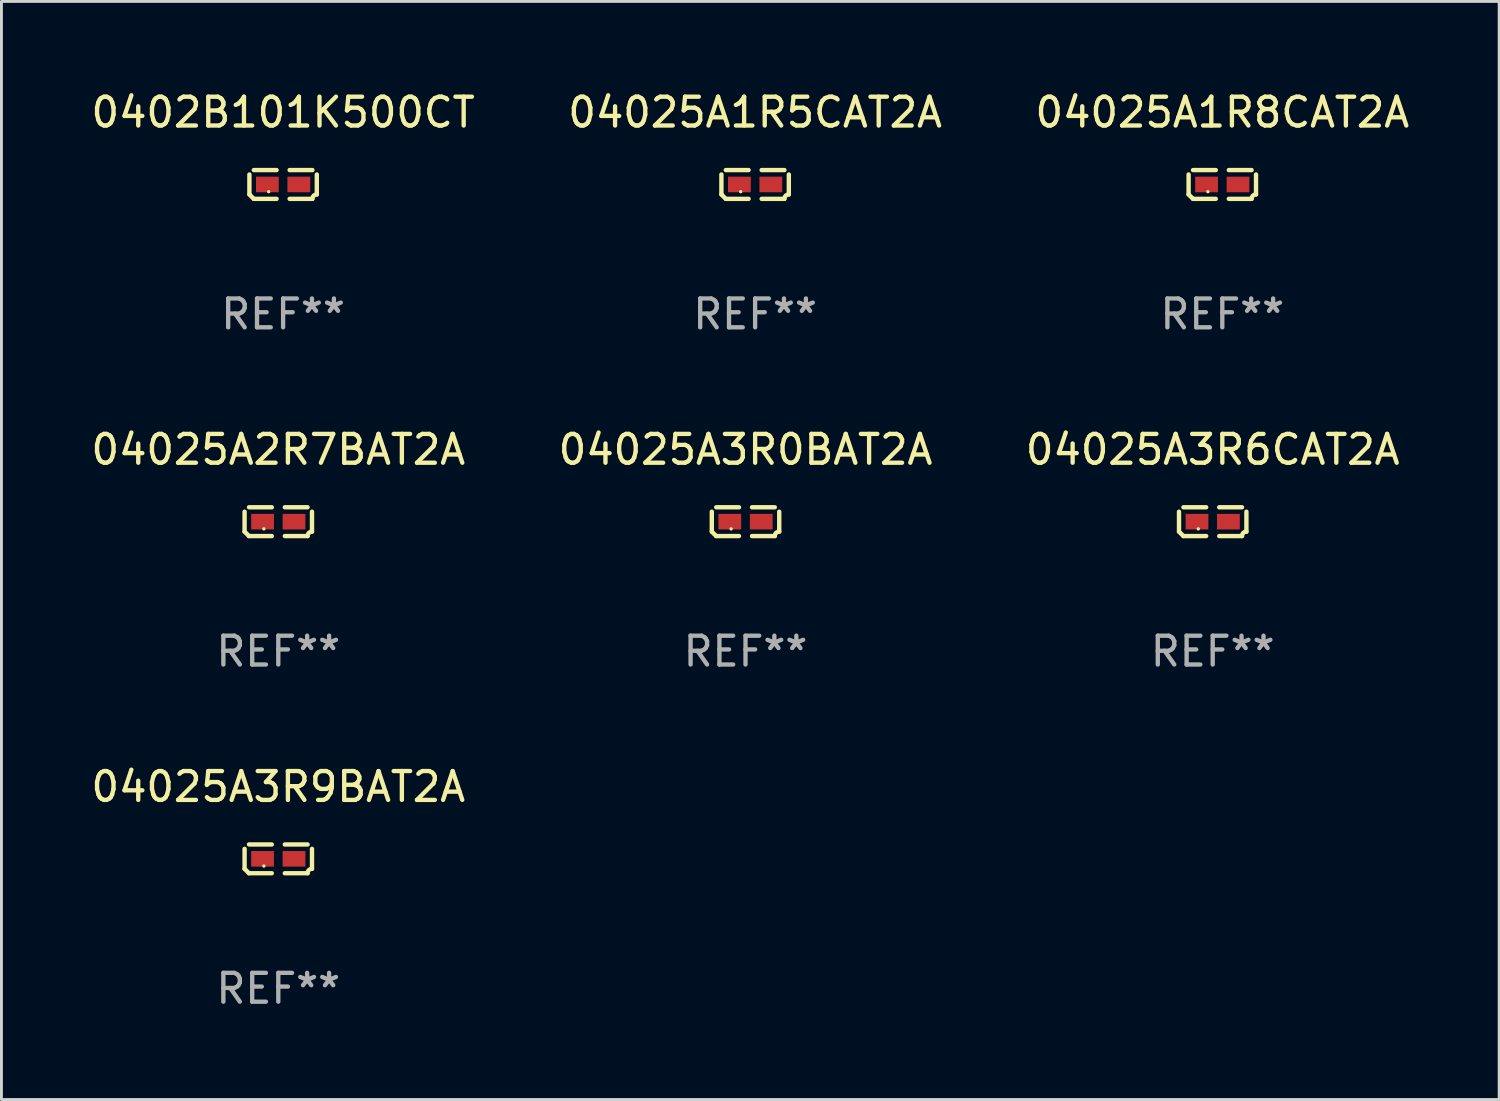
<source format=kicad_pcb>
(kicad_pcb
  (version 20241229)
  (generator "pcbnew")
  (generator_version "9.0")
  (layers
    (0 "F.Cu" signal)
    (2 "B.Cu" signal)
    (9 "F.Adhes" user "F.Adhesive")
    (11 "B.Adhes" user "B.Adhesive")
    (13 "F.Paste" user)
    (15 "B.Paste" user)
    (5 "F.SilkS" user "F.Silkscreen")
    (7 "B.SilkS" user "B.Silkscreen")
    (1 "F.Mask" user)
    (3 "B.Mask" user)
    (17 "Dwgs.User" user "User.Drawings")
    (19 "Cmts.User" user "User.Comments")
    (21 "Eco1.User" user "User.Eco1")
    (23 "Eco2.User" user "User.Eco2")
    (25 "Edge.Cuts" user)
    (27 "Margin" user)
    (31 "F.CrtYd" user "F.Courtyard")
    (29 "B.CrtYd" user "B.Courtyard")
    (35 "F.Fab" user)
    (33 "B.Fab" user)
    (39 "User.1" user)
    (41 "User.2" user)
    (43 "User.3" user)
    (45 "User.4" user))
  (footprint "04025A3R6CAT2A"
    (layer "F.Cu")
    (at 39.006 15.041)
    (property "Reference" "04025A3R6CAT2A" (at 0 -2.499 0) (layer "F.SilkS") (effects (font (size 1 1) (thickness 0.15))))
    (attr through_hole)
    (fp_line (start -1.169 0.346) (end -1.169 -0.346) (stroke (width 0.152) (type solid)) (layer "F.SilkS"))
    (fp_line (start -1.016 -0.499) (end -0.226 -0.499) (stroke (width 0.152) (type solid)) (layer "F.SilkS"))
    (fp_line (start -0.226 0.499) (end -1.016 0.499) (stroke (width 0.152) (type solid)) (layer "F.SilkS"))
    (fp_line (start 0.226 0.499) (end 1.016 0.499) (stroke (width 0.152) (type solid)) (layer "F.SilkS"))
    (fp_line (start 1.016 -0.499) (end 0.226 -0.499) (stroke (width 0.152) (type solid)) (layer "F.SilkS"))
    (fp_line (start 1.169 0.346) (end 1.169 -0.346) (stroke (width 0.152) (type solid)) (layer "F.SilkS"))
    (fp_arc (start -1.016307 0.498603) (mid -1.092512 0.422405) (end -1.16871 0.3462) (stroke (width 0.1524) (type solid)) (layer "F.SilkS"))
    (fp_arc (start 1.016307 0.498603) (mid 1.060899 0.390758) (end 1.168707 0.346076) (stroke (width 0.1524) (type solid)) (layer "F.SilkS"))
    (fp_circle (center -0.5 0.25) (end -0.47 0.25) (stroke (width 0.06) (type solid)) (fill no) (layer "F.SilkS"))
    (fp_text user "REF**" (at 0 4.499 0) (layer "F.Fab") (effects (font (size 1 1) (thickness 0.15))))
    (pad "1" smd rect (at -0.545 0) (size 0.79 0.54) (layers "F.Cu" "F.Mask" "F.Paste"))
    (pad "2" smd rect (at 0.545 0) (size 0.79 0.54) (layers "F.Cu" "F.Mask" "F.Paste")))
  (footprint "04025A3R0BAT2A"
    (layer "F.Cu")
    (at 22.804 15.041)
    (property "Reference" "04025A3R0BAT2A" (at 0 -2.499 0) (layer "F.SilkS") (effects (font (size 1 1) (thickness 0.15))))
    (attr through_hole)
    (fp_line (start -1.169 0.346) (end -1.169 -0.346) (stroke (width 0.152) (type solid)) (layer "F.SilkS"))
    (fp_line (start -1.016 -0.499) (end -0.226 -0.499) (stroke (width 0.152) (type solid)) (layer "F.SilkS"))
    (fp_line (start -0.226 0.499) (end -1.016 0.499) (stroke (width 0.152) (type solid)) (layer "F.SilkS"))
    (fp_line (start 0.226 0.499) (end 1.016 0.499) (stroke (width 0.152) (type solid)) (layer "F.SilkS"))
    (fp_line (start 1.016 -0.499) (end 0.226 -0.499) (stroke (width 0.152) (type solid)) (layer "F.SilkS"))
    (fp_line (start 1.169 0.346) (end 1.169 -0.346) (stroke (width 0.152) (type solid)) (layer "F.SilkS"))
    (fp_arc (start -1.016307 0.498603) (mid -1.092512 0.422405) (end -1.16871 0.3462) (stroke (width 0.1524) (type solid)) (layer "F.SilkS"))
    (fp_arc (start 1.016307 0.498603) (mid 1.060899 0.390758) (end 1.168707 0.346076) (stroke (width 0.1524) (type solid)) (layer "F.SilkS"))
    (fp_circle (center -0.5 0.25) (end -0.47 0.25) (stroke (width 0.06) (type solid)) (fill no) (layer "F.SilkS"))
    (fp_text user "REF**" (at 0 4.499 0) (layer "F.Fab") (effects (font (size 1 1) (thickness 0.15))))
    (pad "1" smd rect (at -0.545 0) (size 0.79 0.54) (layers "F.Cu" "F.Mask" "F.Paste"))
    (pad "2" smd rect (at 0.545 0) (size 0.79 0.54) (layers "F.Cu" "F.Mask" "F.Paste")))
  (footprint "04025A2R7BAT2A"
    (layer "F.Cu")
    (at 6.601 15.041)
    (property "Reference" "04025A2R7BAT2A" (at 0 -2.499 0) (layer "F.SilkS") (effects (font (size 1 1) (thickness 0.15))))
    (attr through_hole)
    (fp_line (start -1.169 0.346) (end -1.169 -0.346) (stroke (width 0.152) (type solid)) (layer "F.SilkS"))
    (fp_line (start -1.016 -0.499) (end -0.226 -0.499) (stroke (width 0.152) (type solid)) (layer "F.SilkS"))
    (fp_line (start -0.226 0.499) (end -1.016 0.499) (stroke (width 0.152) (type solid)) (layer "F.SilkS"))
    (fp_line (start 0.226 0.499) (end 1.016 0.499) (stroke (width 0.152) (type solid)) (layer "F.SilkS"))
    (fp_line (start 1.016 -0.499) (end 0.226 -0.499) (stroke (width 0.152) (type solid)) (layer "F.SilkS"))
    (fp_line (start 1.169 0.346) (end 1.169 -0.346) (stroke (width 0.152) (type solid)) (layer "F.SilkS"))
    (fp_arc (start -1.016307 0.498603) (mid -1.092512 0.422405) (end -1.16871 0.3462) (stroke (width 0.1524) (type solid)) (layer "F.SilkS"))
    (fp_arc (start 1.016307 0.498603) (mid 1.060899 0.390758) (end 1.168707 0.346076) (stroke (width 0.1524) (type solid)) (layer "F.SilkS"))
    (fp_circle (center -0.5 0.25) (end -0.47 0.25) (stroke (width 0.06) (type solid)) (fill no) (layer "F.SilkS"))
    (fp_text user "REF**" (at 0 4.499 0) (layer "F.Fab") (effects (font (size 1 1) (thickness 0.15))))
    (pad "1" smd rect (at -0.545 0) (size 0.79 0.54) (layers "F.Cu" "F.Mask" "F.Paste"))
    (pad "2" smd rect (at 0.545 0) (size 0.79 0.54) (layers "F.Cu" "F.Mask" "F.Paste")))
  (footprint "04025A1R8CAT2A"
    (layer "F.Cu")
    (at 39.339 3.347)
    (property "Reference" "04025A1R8CAT2A" (at 0 -2.499 0) (layer "F.SilkS") (effects (font (size 1 1) (thickness 0.15))))
    (attr through_hole)
    (fp_line (start -1.169 0.346) (end -1.169 -0.346) (stroke (width 0.152) (type solid)) (layer "F.SilkS"))
    (fp_line (start -1.016 -0.499) (end -0.226 -0.499) (stroke (width 0.152) (type solid)) (layer "F.SilkS"))
    (fp_line (start -0.226 0.499) (end -1.016 0.499) (stroke (width 0.152) (type solid)) (layer "F.SilkS"))
    (fp_line (start 0.226 0.499) (end 1.016 0.499) (stroke (width 0.152) (type solid)) (layer "F.SilkS"))
    (fp_line (start 1.016 -0.499) (end 0.226 -0.499) (stroke (width 0.152) (type solid)) (layer "F.SilkS"))
    (fp_line (start 1.169 0.346) (end 1.169 -0.346) (stroke (width 0.152) (type solid)) (layer "F.SilkS"))
    (fp_arc (start -1.016307 0.498603) (mid -1.092512 0.422405) (end -1.16871 0.3462) (stroke (width 0.1524) (type solid)) (layer "F.SilkS"))
    (fp_arc (start 1.016307 0.498603) (mid 1.060899 0.390758) (end 1.168707 0.346076) (stroke (width 0.1524) (type solid)) (layer "F.SilkS"))
    (fp_circle (center -0.5 0.25) (end -0.47 0.25) (stroke (width 0.06) (type solid)) (fill no) (layer "F.SilkS"))
    (fp_text user "REF**" (at 0 4.499 0) (layer "F.Fab") (effects (font (size 1 1) (thickness 0.15))))
    (pad "1" smd rect (at -0.545 0) (size 0.79 0.54) (layers "F.Cu" "F.Mask" "F.Paste"))
    (pad "2" smd rect (at 0.545 0) (size 0.79 0.54) (layers "F.Cu" "F.Mask" "F.Paste")))
  (footprint "04025A3R9BAT2A"
    (layer "F.Cu")
    (at 6.601 26.734)
    (property "Reference" "04025A3R9BAT2A" (at 0 -2.499 0) (layer "F.SilkS") (effects (font (size 1 1) (thickness 0.15))))
    (attr through_hole)
    (fp_line (start -1.169 0.346) (end -1.169 -0.346) (stroke (width 0.152) (type solid)) (layer "F.SilkS"))
    (fp_line (start -1.016 -0.499) (end -0.226 -0.499) (stroke (width 0.152) (type solid)) (layer "F.SilkS"))
    (fp_line (start -0.226 0.499) (end -1.016 0.499) (stroke (width 0.152) (type solid)) (layer "F.SilkS"))
    (fp_line (start 0.226 0.499) (end 1.016 0.499) (stroke (width 0.152) (type solid)) (layer "F.SilkS"))
    (fp_line (start 1.016 -0.499) (end 0.226 -0.499) (stroke (width 0.152) (type solid)) (layer "F.SilkS"))
    (fp_line (start 1.169 0.346) (end 1.169 -0.346) (stroke (width 0.152) (type solid)) (layer "F.SilkS"))
    (fp_arc (start -1.016307 0.498603) (mid -1.092512 0.422405) (end -1.16871 0.3462) (stroke (width 0.1524) (type solid)) (layer "F.SilkS"))
    (fp_arc (start 1.016307 0.498603) (mid 1.060899 0.390758) (end 1.168707 0.346076) (stroke (width 0.1524) (type solid)) (layer "F.SilkS"))
    (fp_circle (center -0.5 0.25) (end -0.47 0.25) (stroke (width 0.06) (type solid)) (fill no) (layer "F.SilkS"))
    (fp_text user "REF**" (at 0 4.499 0) (layer "F.Fab") (effects (font (size 1 1) (thickness 0.15))))
    (pad "1" smd rect (at -0.545 0) (size 0.79 0.54) (layers "F.Cu" "F.Mask" "F.Paste"))
    (pad "2" smd rect (at 0.545 0) (size 0.79 0.54) (layers "F.Cu" "F.Mask" "F.Paste")))
  (footprint "0402B101K500CT"
    (layer "F.Cu")
    (at 6.768 3.347)
    (property "Reference" "0402B101K500CT" (at 0 -2.499 0) (layer "F.SilkS") (effects (font (size 1 1) (thickness 0.15))))
    (attr through_hole)
    (fp_line (start -1.169 0.346) (end -1.169 -0.346) (stroke (width 0.152) (type solid)) (layer "F.SilkS"))
    (fp_line (start -1.016 -0.499) (end -0.226 -0.499) (stroke (width 0.152) (type solid)) (layer "F.SilkS"))
    (fp_line (start -0.226 0.499) (end -1.016 0.499) (stroke (width 0.152) (type solid)) (layer "F.SilkS"))
    (fp_line (start 0.226 0.499) (end 1.016 0.499) (stroke (width 0.152) (type solid)) (layer "F.SilkS"))
    (fp_line (start 1.016 -0.499) (end 0.226 -0.499) (stroke (width 0.152) (type solid)) (layer "F.SilkS"))
    (fp_line (start 1.169 0.346) (end 1.169 -0.346) (stroke (width 0.152) (type solid)) (layer "F.SilkS"))
    (fp_arc (start -1.016307 0.498603) (mid -1.092512 0.422405) (end -1.16871 0.3462) (stroke (width 0.1524) (type solid)) (layer "F.SilkS"))
    (fp_arc (start 1.016307 0.498603) (mid 1.060899 0.390758) (end 1.168707 0.346076) (stroke (width 0.1524) (type solid)) (layer "F.SilkS"))
    (fp_circle (center -0.5 0.25) (end -0.47 0.25) (stroke (width 0.06) (type solid)) (fill no) (layer "F.SilkS"))
    (fp_text user "REF**" (at 0 4.499 0) (layer "F.Fab") (effects (font (size 1 1) (thickness 0.15))))
    (pad "1" smd rect (at -0.545 0) (size 0.79 0.54) (layers "F.Cu" "F.Mask" "F.Paste"))
    (pad "2" smd rect (at 0.545 0) (size 0.79 0.54) (layers "F.Cu" "F.Mask" "F.Paste")))
  (footprint "04025A1R5CAT2A"
    (layer "F.Cu")
    (at 23.137 3.347)
    (property "Reference" "04025A1R5CAT2A" (at 0 -2.499 0) (layer "F.SilkS") (effects (font (size 1 1) (thickness 0.15))))
    (attr through_hole)
    (fp_line (start -1.169 0.346) (end -1.169 -0.346) (stroke (width 0.152) (type solid)) (layer "F.SilkS"))
    (fp_line (start -1.016 -0.499) (end -0.226 -0.499) (stroke (width 0.152) (type solid)) (layer "F.SilkS"))
    (fp_line (start -0.226 0.499) (end -1.016 0.499) (stroke (width 0.152) (type solid)) (layer "F.SilkS"))
    (fp_line (start 0.226 0.499) (end 1.016 0.499) (stroke (width 0.152) (type solid)) (layer "F.SilkS"))
    (fp_line (start 1.016 -0.499) (end 0.226 -0.499) (stroke (width 0.152) (type solid)) (layer "F.SilkS"))
    (fp_line (start 1.169 0.346) (end 1.169 -0.346) (stroke (width 0.152) (type solid)) (layer "F.SilkS"))
    (fp_arc (start -1.016307 0.498603) (mid -1.092512 0.422405) (end -1.16871 0.3462) (stroke (width 0.1524) (type solid)) (layer "F.SilkS"))
    (fp_arc (start 1.016307 0.498603) (mid 1.060899 0.390758) (end 1.168707 0.346076) (stroke (width 0.1524) (type solid)) (layer "F.SilkS"))
    (fp_circle (center -0.5 0.25) (end -0.47 0.25) (stroke (width 0.06) (type solid)) (fill no) (layer "F.SilkS"))
    (fp_text user "REF**" (at 0 4.499 0) (layer "F.Fab") (effects (font (size 1 1) (thickness 0.15))))
    (pad "1" smd rect (at -0.545 0) (size 0.79 0.54) (layers "F.Cu" "F.Mask" "F.Paste"))
    (pad "2" smd rect (at 0.545 0) (size 0.79 0.54) (layers "F.Cu" "F.Mask" "F.Paste")))
  (gr_rect
    (start -3 -3)
    (end 48.94 35.081)
    (stroke (width 0.1) (type default))
    (fill no)
    (layer "Edge.Cuts")))
</source>
